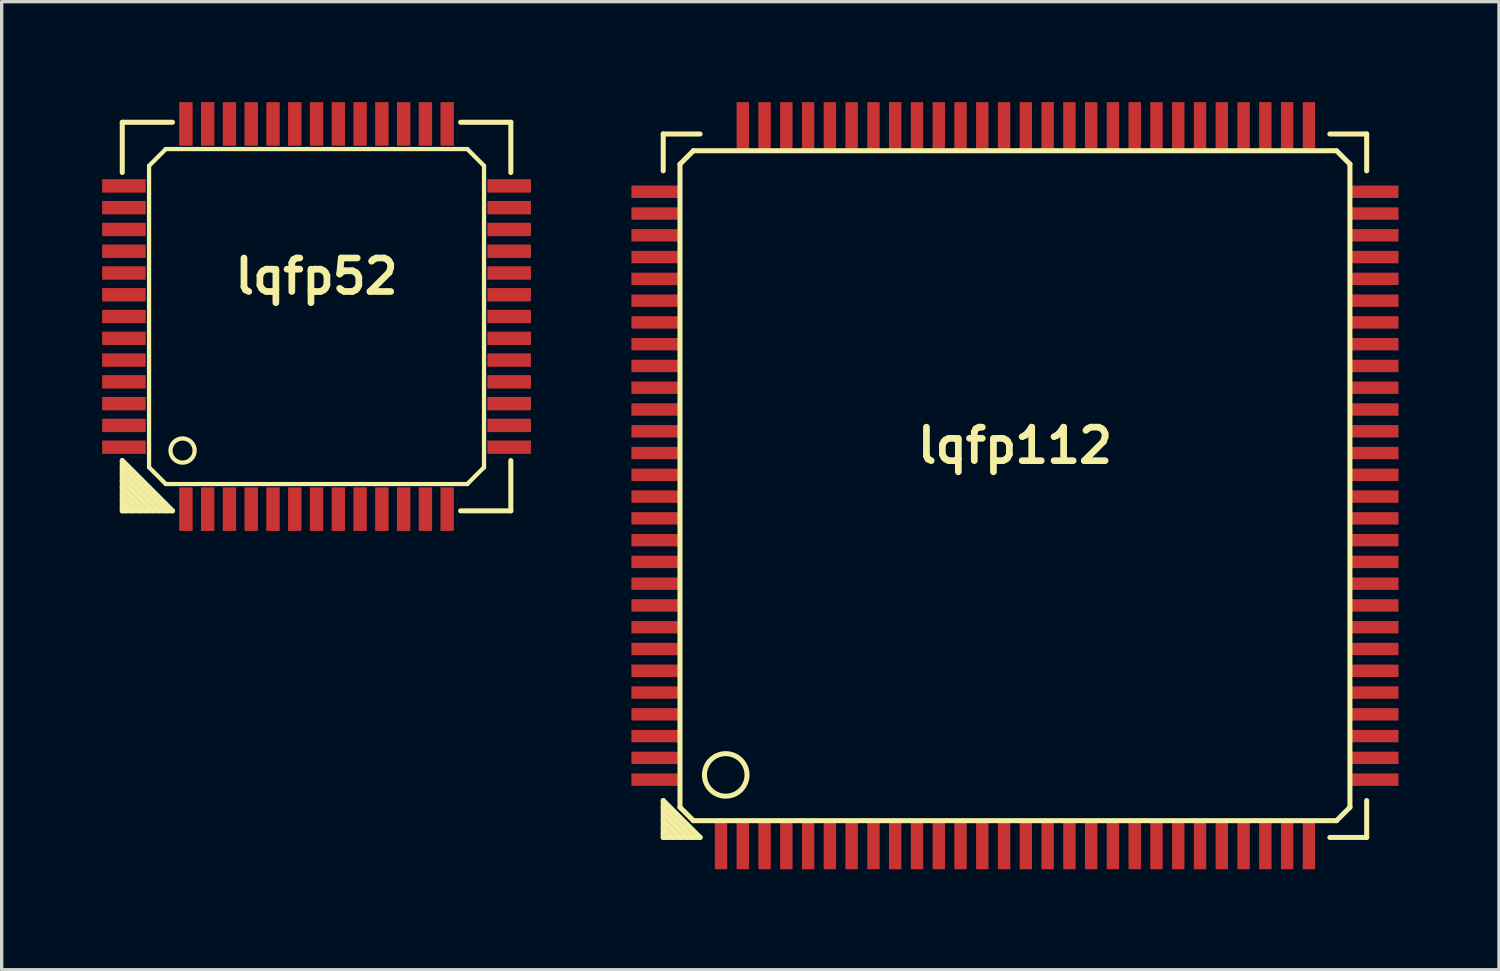
<source format=kicad_pcb>
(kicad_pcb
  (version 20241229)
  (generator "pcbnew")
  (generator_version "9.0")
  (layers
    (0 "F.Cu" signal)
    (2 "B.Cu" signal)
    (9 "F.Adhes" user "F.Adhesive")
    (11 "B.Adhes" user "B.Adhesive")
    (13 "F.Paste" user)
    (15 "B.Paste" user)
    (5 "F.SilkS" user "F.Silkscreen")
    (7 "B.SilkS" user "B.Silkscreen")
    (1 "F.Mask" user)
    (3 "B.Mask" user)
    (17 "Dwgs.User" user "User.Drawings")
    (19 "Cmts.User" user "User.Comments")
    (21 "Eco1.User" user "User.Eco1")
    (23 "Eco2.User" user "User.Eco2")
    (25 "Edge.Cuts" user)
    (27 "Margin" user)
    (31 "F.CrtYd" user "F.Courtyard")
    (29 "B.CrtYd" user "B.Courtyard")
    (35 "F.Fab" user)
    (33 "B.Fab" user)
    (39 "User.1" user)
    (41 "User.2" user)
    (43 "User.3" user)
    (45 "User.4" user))
  (footprint "lqfp112"
    (layer "F.Cu")
    (at 27.25 11.45)
    (property "Reference" "lqfp112" (at 0 -1.2 0) (layer "F.SilkS") (effects (font (size 1 1) (thickness 0.2))))
    (attr through_hole)
    (fp_line (start -10.5 -10.5) (end -9.4 -10.5) (stroke (width 0.15) (type solid)) (layer "F.SilkS"))
    (fp_line (start -10.5 -9.4) (end -10.5 -10.5) (stroke (width 0.15) (type solid)) (layer "F.SilkS"))
    (fp_line (start -10.5 9.4) (end -10.5 10.5) (stroke (width 0.15) (type solid)) (layer "F.SilkS"))
    (fp_line (start -10.5 9.6) (end -9.6 10.5) (stroke (width 0.15) (type solid)) (layer "F.SilkS"))
    (fp_line (start -10.5 10) (end -10 10.5) (stroke (width 0.15) (type solid)) (layer "F.SilkS"))
    (fp_line (start -10.5 10.4) (end -10.4 10.5) (stroke (width 0.15) (type solid)) (layer "F.SilkS"))
    (fp_line (start -10.5 10.5) (end -9.4 10.5) (stroke (width 0.15) (type solid)) (layer "F.SilkS"))
    (fp_line (start -10.2 10.5) (end -10.5 10.2) (stroke (width 0.15) (type solid)) (layer "F.SilkS"))
    (fp_line (start -10 -9.6) (end -10 9.6) (stroke (width 0.15) (type solid)) (layer "F.SilkS"))
    (fp_line (start -10 9.6) (end -9.6 10) (stroke (width 0.15) (type solid)) (layer "F.SilkS"))
    (fp_line (start -9.8 10.5) (end -10.5 9.8) (stroke (width 0.15) (type solid)) (layer "F.SilkS"))
    (fp_line (start -9.6 -10) (end -10 -9.6) (stroke (width 0.15) (type solid)) (layer "F.SilkS"))
    (fp_line (start -9.6 10) (end 9.6 10) (stroke (width 0.15) (type solid)) (layer "F.SilkS"))
    (fp_line (start -9.4 10.5) (end -10.5 9.4) (stroke (width 0.15) (type solid)) (layer "F.SilkS"))
    (fp_line (start 9.4 10.5) (end 10.5 10.5) (stroke (width 0.15) (type solid)) (layer "F.SilkS"))
    (fp_line (start 9.6 -10) (end -9.6 -10) (stroke (width 0.15) (type solid)) (layer "F.SilkS"))
    (fp_line (start 9.6 10) (end 10 9.6) (stroke (width 0.15) (type solid)) (layer "F.SilkS"))
    (fp_line (start 10 -9.6) (end 9.6 -10) (stroke (width 0.15) (type solid)) (layer "F.SilkS"))
    (fp_line (start 10 9.6) (end 10 -9.6) (stroke (width 0.15) (type solid)) (layer "F.SilkS"))
    (fp_line (start 10.5 -10.5) (end 9.4 -10.5) (stroke (width 0.15) (type solid)) (layer "F.SilkS"))
    (fp_line (start 10.5 -10.5) (end 10.5 -9.4) (stroke (width 0.15) (type solid)) (layer "F.SilkS"))
    (fp_line (start 10.5 10.5) (end 10.5 9.4) (stroke (width 0.15) (type solid)) (layer "F.SilkS"))
    (fp_circle (center -8.634 8.634) (end -9.015 9.142) (stroke (width 0.15) (type solid)) (fill no) (layer "F.SilkS"))
    (pad "1" smd rect (at -8.775 10.7) (size 0.37 1.5) (layers "F.Cu" "F.Mask" "F.Paste"))
    (pad "2" smd rect (at -8.125 10.7) (size 0.37 1.5) (layers "F.Cu" "F.Mask" "F.Paste"))
    (pad "3" smd rect (at -7.475 10.7) (size 0.37 1.5) (layers "F.Cu" "F.Mask" "F.Paste"))
    (pad "4" smd rect (at -6.825 10.7) (size 0.37 1.5) (layers "F.Cu" "F.Mask" "F.Paste"))
    (pad "5" smd rect (at -6.175 10.7) (size 0.37 1.5) (layers "F.Cu" "F.Mask" "F.Paste"))
    (pad "6" smd rect (at -5.525 10.7) (size 0.37 1.5) (layers "F.Cu" "F.Mask" "F.Paste"))
    (pad "7" smd rect (at -4.875 10.7) (size 0.37 1.5) (layers "F.Cu" "F.Mask" "F.Paste"))
    (pad "8" smd rect (at -4.225 10.7) (size 0.37 1.5) (layers "F.Cu" "F.Mask" "F.Paste"))
    (pad "9" smd rect (at -3.575 10.7) (size 0.37 1.5) (layers "F.Cu" "F.Mask" "F.Paste"))
    (pad "10" smd rect (at -2.925 10.7) (size 0.37 1.5) (layers "F.Cu" "F.Mask" "F.Paste"))
    (pad "11" smd rect (at -2.275 10.7) (size 0.37 1.5) (layers "F.Cu" "F.Mask" "F.Paste"))
    (pad "12" smd rect (at -1.625 10.7) (size 0.37 1.5) (layers "F.Cu" "F.Mask" "F.Paste"))
    (pad "13" smd rect (at -0.975 10.7) (size 0.37 1.5) (layers "F.Cu" "F.Mask" "F.Paste"))
    (pad "14" smd rect (at -0.325 10.7) (size 0.37 1.5) (layers "F.Cu" "F.Mask" "F.Paste"))
    (pad "15" smd rect (at 0.325 10.7) (size 0.37 1.5) (layers "F.Cu" "F.Mask" "F.Paste"))
    (pad "16" smd rect (at 0.975 10.7) (size 0.37 1.5) (layers "F.Cu" "F.Mask" "F.Paste"))
    (pad "17" smd rect (at 1.625 10.7) (size 0.37 1.5) (layers "F.Cu" "F.Mask" "F.Paste"))
    (pad "18" smd rect (at 2.275 10.7) (size 0.37 1.5) (layers "F.Cu" "F.Mask" "F.Paste"))
    (pad "19" smd rect (at 2.925 10.7) (size 0.37 1.5) (layers "F.Cu" "F.Mask" "F.Paste"))
    (pad "20" smd rect (at 3.575 10.7) (size 0.37 1.5) (layers "F.Cu" "F.Mask" "F.Paste"))
    (pad "21" smd rect (at 4.225 10.7) (size 0.37 1.5) (layers "F.Cu" "F.Mask" "F.Paste"))
    (pad "22" smd rect (at 4.875 10.7) (size 0.37 1.5) (layers "F.Cu" "F.Mask" "F.Paste"))
    (pad "23" smd rect (at 5.525 10.7) (size 0.37 1.5) (layers "F.Cu" "F.Mask" "F.Paste"))
    (pad "24" smd rect (at 6.175 10.7) (size 0.37 1.5) (layers "F.Cu" "F.Mask" "F.Paste"))
    (pad "25" smd rect (at 6.825 10.7) (size 0.37 1.5) (layers "F.Cu" "F.Mask" "F.Paste"))
    (pad "26" smd rect (at 7.475 10.7) (size 0.37 1.5) (layers "F.Cu" "F.Mask" "F.Paste"))
    (pad "27" smd rect (at 8.125 10.7) (size 0.37 1.5) (layers "F.Cu" "F.Mask" "F.Paste"))
    (pad "28" smd rect (at 8.775 10.7) (size 0.37 1.5) (layers "F.Cu" "F.Mask" "F.Paste"))
    (pad "29" smd rect (at 10.7 8.775) (size 1.5 0.37) (layers "F.Cu" "F.Mask" "F.Paste"))
    (pad "30" smd rect (at 10.7 8.125) (size 1.5 0.37) (layers "F.Cu" "F.Mask" "F.Paste"))
    (pad "31" smd rect (at 10.7 7.475) (size 1.5 0.37) (layers "F.Cu" "F.Mask" "F.Paste"))
    (pad "32" smd rect (at 10.7 6.825) (size 1.5 0.37) (layers "F.Cu" "F.Mask" "F.Paste"))
    (pad "33" smd rect (at 10.7 6.175) (size 1.5 0.37) (layers "F.Cu" "F.Mask" "F.Paste"))
    (pad "34" smd rect (at 10.7 5.525) (size 1.5 0.37) (layers "F.Cu" "F.Mask" "F.Paste"))
    (pad "35" smd rect (at 10.7 4.875) (size 1.5 0.37) (layers "F.Cu" "F.Mask" "F.Paste"))
    (pad "36" smd rect (at 10.7 4.225) (size 1.5 0.37) (layers "F.Cu" "F.Mask" "F.Paste"))
    (pad "37" smd rect (at 10.7 3.575) (size 1.5 0.37) (layers "F.Cu" "F.Mask" "F.Paste"))
    (pad "38" smd rect (at 10.7 2.925) (size 1.5 0.37) (layers "F.Cu" "F.Mask" "F.Paste"))
    (pad "39" smd rect (at 10.7 2.275) (size 1.5 0.37) (layers "F.Cu" "F.Mask" "F.Paste"))
    (pad "40" smd rect (at 10.7 1.625) (size 1.5 0.37) (layers "F.Cu" "F.Mask" "F.Paste"))
    (pad "41" smd rect (at 10.7 0.975) (size 1.5 0.37) (layers "F.Cu" "F.Mask" "F.Paste"))
    (pad "42" smd rect (at 10.7 0.325) (size 1.5 0.37) (layers "F.Cu" "F.Mask" "F.Paste"))
    (pad "43" smd rect (at 10.7 -0.325) (size 1.5 0.37) (layers "F.Cu" "F.Mask" "F.Paste"))
    (pad "44" smd rect (at 10.7 -0.975) (size 1.5 0.37) (layers "F.Cu" "F.Mask" "F.Paste"))
    (pad "45" smd rect (at 10.7 -1.625) (size 1.5 0.37) (layers "F.Cu" "F.Mask" "F.Paste"))
    (pad "46" smd rect (at 10.7 -2.275) (size 1.5 0.37) (layers "F.Cu" "F.Mask" "F.Paste"))
    (pad "47" smd rect (at 10.7 -2.925) (size 1.5 0.37) (layers "F.Cu" "F.Mask" "F.Paste"))
    (pad "48" smd rect (at 10.7 -3.575) (size 1.5 0.37) (layers "F.Cu" "F.Mask" "F.Paste"))
    (pad "49" smd rect (at 10.7 -4.225) (size 1.5 0.37) (layers "F.Cu" "F.Mask" "F.Paste"))
    (pad "50" smd rect (at 10.7 -4.875) (size 1.5 0.37) (layers "F.Cu" "F.Mask" "F.Paste"))
    (pad "51" smd rect (at 10.7 -5.525) (size 1.5 0.37) (layers "F.Cu" "F.Mask" "F.Paste"))
    (pad "52" smd rect (at 10.7 -6.175) (size 1.5 0.37) (layers "F.Cu" "F.Mask" "F.Paste"))
    (pad "53" smd rect (at 10.7 -6.825) (size 1.5 0.37) (layers "F.Cu" "F.Mask" "F.Paste"))
    (pad "54" smd rect (at 10.7 -7.475) (size 1.5 0.37) (layers "F.Cu" "F.Mask" "F.Paste"))
    (pad "55" smd rect (at 10.7 -8.125) (size 1.5 0.37) (layers "F.Cu" "F.Mask" "F.Paste"))
    (pad "56" smd rect (at 10.7 -8.775) (size 1.5 0.37) (layers "F.Cu" "F.Mask" "F.Paste"))
    (pad "57" smd rect (at 8.775 -10.7) (size 0.37 1.5) (layers "F.Cu" "F.Mask" "F.Paste"))
    (pad "58" smd rect (at 8.125 -10.7) (size 0.37 1.5) (layers "F.Cu" "F.Mask" "F.Paste"))
    (pad "59" smd rect (at 7.475 -10.7) (size 0.37 1.5) (layers "F.Cu" "F.Mask" "F.Paste"))
    (pad "60" smd rect (at 6.825 -10.7) (size 0.37 1.5) (layers "F.Cu" "F.Mask" "F.Paste"))
    (pad "61" smd rect (at 6.175 -10.7) (size 0.37 1.5) (layers "F.Cu" "F.Mask" "F.Paste"))
    (pad "62" smd rect (at 5.525 -10.7) (size 0.37 1.5) (layers "F.Cu" "F.Mask" "F.Paste"))
    (pad "63" smd rect (at 4.875 -10.7) (size 0.37 1.5) (layers "F.Cu" "F.Mask" "F.Paste"))
    (pad "64" smd rect (at 4.225 -10.7) (size 0.37 1.5) (layers "F.Cu" "F.Mask" "F.Paste"))
    (pad "65" smd rect (at 3.575 -10.7) (size 0.37 1.5) (layers "F.Cu" "F.Mask" "F.Paste"))
    (pad "66" smd rect (at 2.925 -10.7) (size 0.37 1.5) (layers "F.Cu" "F.Mask" "F.Paste"))
    (pad "67" smd rect (at 2.275 -10.7) (size 0.37 1.5) (layers "F.Cu" "F.Mask" "F.Paste"))
    (pad "68" smd rect (at 1.625 -10.7) (size 0.37 1.5) (layers "F.Cu" "F.Mask" "F.Paste"))
    (pad "69" smd rect (at 0.975 -10.7) (size 0.37 1.5) (layers "F.Cu" "F.Mask" "F.Paste"))
    (pad "70" smd rect (at 0.325 -10.7) (size 0.37 1.5) (layers "F.Cu" "F.Mask" "F.Paste"))
    (pad "71" smd rect (at -0.325 -10.7) (size 0.37 1.5) (layers "F.Cu" "F.Mask" "F.Paste"))
    (pad "72" smd rect (at -0.975 -10.7) (size 0.37 1.5) (layers "F.Cu" "F.Mask" "F.Paste"))
    (pad "73" smd rect (at -1.625 -10.7) (size 0.37 1.5) (layers "F.Cu" "F.Mask" "F.Paste"))
    (pad "74" smd rect (at -2.275 -10.7) (size 0.37 1.5) (layers "F.Cu" "F.Mask" "F.Paste"))
    (pad "75" smd rect (at -2.925 -10.7) (size 0.37 1.5) (layers "F.Cu" "F.Mask" "F.Paste"))
    (pad "76" smd rect (at -3.575 -10.7) (size 0.37 1.5) (layers "F.Cu" "F.Mask" "F.Paste"))
    (pad "77" smd rect (at -4.225 -10.7) (size 0.37 1.5) (layers "F.Cu" "F.Mask" "F.Paste"))
    (pad "78" smd rect (at -4.875 -10.7) (size 0.37 1.5) (layers "F.Cu" "F.Mask" "F.Paste"))
    (pad "79" smd rect (at -5.525 -10.7) (size 0.37 1.5) (layers "F.Cu" "F.Mask" "F.Paste"))
    (pad "80" smd rect (at -6.175 -10.7) (size 0.37 1.5) (layers "F.Cu" "F.Mask" "F.Paste"))
    (pad "81" smd rect (at -6.825 -10.7) (size 0.37 1.5) (layers "F.Cu" "F.Mask" "F.Paste"))
    (pad "82" smd rect (at -7.475 -10.7) (size 0.37 1.5) (layers "F.Cu" "F.Mask" "F.Paste"))
    (pad "83" smd rect (at -8.125 -10.7) (size 0.37 1.5) (layers "F.Cu" "F.Mask" "F.Paste"))
    (pad "85" smd rect (at -10.7 -8.775) (size 1.5 0.37) (layers "F.Cu" "F.Mask" "F.Paste"))
    (pad "86" smd rect (at -10.7 -8.125) (size 1.5 0.37) (layers "F.Cu" "F.Mask" "F.Paste"))
    (pad "87" smd rect (at -10.7 -7.475) (size 1.5 0.37) (layers "F.Cu" "F.Mask" "F.Paste"))
    (pad "88" smd rect (at -10.7 -6.825) (size 1.5 0.37) (layers "F.Cu" "F.Mask" "F.Paste"))
    (pad "89" smd rect (at -10.7 -6.175) (size 1.5 0.37) (layers "F.Cu" "F.Mask" "F.Paste"))
    (pad "90" smd rect (at -10.7 -5.525) (size 1.5 0.37) (layers "F.Cu" "F.Mask" "F.Paste"))
    (pad "91" smd rect (at -10.7 -4.875) (size 1.5 0.37) (layers "F.Cu" "F.Mask" "F.Paste"))
    (pad "92" smd rect (at -10.7 -4.225) (size 1.5 0.37) (layers "F.Cu" "F.Mask" "F.Paste"))
    (pad "93" smd rect (at -10.7 -3.575) (size 1.5 0.37) (layers "F.Cu" "F.Mask" "F.Paste"))
    (pad "94" smd rect (at -10.7 -2.925) (size 1.5 0.37) (layers "F.Cu" "F.Mask" "F.Paste"))
    (pad "95" smd rect (at -10.7 -2.275) (size 1.5 0.37) (layers "F.Cu" "F.Mask" "F.Paste"))
    (pad "96" smd rect (at -10.7 -1.625) (size 1.5 0.37) (layers "F.Cu" "F.Mask" "F.Paste"))
    (pad "97" smd rect (at -10.7 -0.975) (size 1.5 0.37) (layers "F.Cu" "F.Mask" "F.Paste"))
    (pad "98" smd rect (at -10.7 -0.325) (size 1.5 0.37) (layers "F.Cu" "F.Mask" "F.Paste"))
    (pad "99" smd rect (at -10.7 0.325) (size 1.5 0.37) (layers "F.Cu" "F.Mask" "F.Paste"))
    (pad "100" smd rect (at -10.7 0.975) (size 1.5 0.37) (layers "F.Cu" "F.Mask" "F.Paste"))
    (pad "101" smd rect (at -10.7 1.625) (size 1.5 0.37) (layers "F.Cu" "F.Mask" "F.Paste"))
    (pad "102" smd rect (at -10.7 2.275) (size 1.5 0.37) (layers "F.Cu" "F.Mask" "F.Paste"))
    (pad "103" smd rect (at -10.7 2.925) (size 1.5 0.37) (layers "F.Cu" "F.Mask" "F.Paste"))
    (pad "104" smd rect (at -10.7 3.575) (size 1.5 0.37) (layers "F.Cu" "F.Mask" "F.Paste"))
    (pad "105" smd rect (at -10.7 4.225) (size 1.5 0.37) (layers "F.Cu" "F.Mask" "F.Paste"))
    (pad "106" smd rect (at -10.7 4.875) (size 1.5 0.37) (layers "F.Cu" "F.Mask" "F.Paste"))
    (pad "107" smd rect (at -10.7 5.525) (size 1.5 0.37) (layers "F.Cu" "F.Mask" "F.Paste"))
    (pad "108" smd rect (at -10.7 6.175) (size 1.5 0.37) (layers "F.Cu" "F.Mask" "F.Paste"))
    (pad "109" smd rect (at -10.7 6.825) (size 1.5 0.37) (layers "F.Cu" "F.Mask" "F.Paste"))
    (pad "110" smd rect (at -10.7 7.475) (size 1.5 0.37) (layers "F.Cu" "F.Mask" "F.Paste"))
    (pad "111" smd rect (at -10.7 8.125) (size 1.5 0.37) (layers "F.Cu" "F.Mask" "F.Paste"))
    (pad "112" smd rect (at -10.7 8.775) (size 1.5 0.37) (layers "F.Cu" "F.Mask" "F.Paste")))
  (footprint "lqfp52"
    (layer "F.Cu")
    (at 6.4 6.4)
    (property "Reference" "lqfp52" (at 0 -1.2 0) (layer "F.SilkS") (effects (font (size 1 1) (thickness 0.2))))
    (attr through_hole)
    (fp_line (start -5.8 -5.8) (end -4.3 -5.8) (stroke (width 0.15) (type solid)) (layer "F.SilkS"))
    (fp_line (start -5.8 -4.3) (end -5.8 -5.8) (stroke (width 0.15) (type solid)) (layer "F.SilkS"))
    (fp_line (start -5.8 4.3) (end -4.3 5.8) (stroke (width 0.15) (type solid)) (layer "F.SilkS"))
    (fp_line (start -5.8 4.7) (end -4.7 5.8) (stroke (width 0.15) (type solid)) (layer "F.SilkS"))
    (fp_line (start -5.8 5.1) (end -5.1 5.8) (stroke (width 0.15) (type solid)) (layer "F.SilkS"))
    (fp_line (start -5.8 5.5) (end -5.5 5.8) (stroke (width 0.15) (type solid)) (layer "F.SilkS"))
    (fp_line (start -5.8 5.8) (end -5.8 4.3) (stroke (width 0.15) (type solid)) (layer "F.SilkS"))
    (fp_line (start -5.7 5.8) (end -5.8 5.7) (stroke (width 0.15) (type solid)) (layer "F.SilkS"))
    (fp_line (start -5.3 5.8) (end -5.8 5.3) (stroke (width 0.15) (type solid)) (layer "F.SilkS"))
    (fp_line (start -5 -4.5) (end -4.5 -5) (stroke (width 0.127) (type solid)) (layer "F.SilkS"))
    (fp_line (start -5 4.5) (end -5 -4.5) (stroke (width 0.127) (type solid)) (layer "F.SilkS"))
    (fp_line (start -4.9 5.8) (end -5.8 4.9) (stroke (width 0.15) (type solid)) (layer "F.SilkS"))
    (fp_line (start -4.5 -5) (end 4.5 -5) (stroke (width 0.127) (type solid)) (layer "F.SilkS"))
    (fp_line (start -4.5 5) (end -5 4.5) (stroke (width 0.127) (type solid)) (layer "F.SilkS"))
    (fp_line (start -4.5 5.8) (end -5.8 4.5) (stroke (width 0.15) (type solid)) (layer "F.SilkS"))
    (fp_line (start -4.3 5.8) (end -5.8 5.8) (stroke (width 0.15) (type solid)) (layer "F.SilkS"))
    (fp_line (start 4.3 -5.8) (end 5.8 -5.8) (stroke (width 0.15) (type solid)) (layer "F.SilkS"))
    (fp_line (start 4.5 -5) (end 5 -4.5) (stroke (width 0.127) (type solid)) (layer "F.SilkS"))
    (fp_line (start 4.5 5) (end -4.5 5) (stroke (width 0.127) (type solid)) (layer "F.SilkS"))
    (fp_line (start 5 4.5) (end 4.5 5) (stroke (width 0.127) (type solid)) (layer "F.SilkS"))
    (fp_line (start 5 4.5) (end 5 -4.5) (stroke (width 0.127) (type solid)) (layer "F.SilkS"))
    (fp_line (start 5.8 -5.8) (end 5.8 -4.3) (stroke (width 0.15) (type solid)) (layer "F.SilkS"))
    (fp_line (start 5.8 4.3) (end 5.8 5.8) (stroke (width 0.15) (type solid)) (layer "F.SilkS"))
    (fp_line (start 5.8 5.8) (end 4.3 5.8) (stroke (width 0.15) (type solid)) (layer "F.SilkS"))
    (fp_circle (center -4 4) (end -4.2 4.3) (stroke (width 0.127) (type solid)) (fill no) (layer "F.SilkS"))
    (pad "1" smd rect (at -3.9 5.75) (size 0.4 1.3) (layers "F.Cu" "F.Mask" "F.Paste"))
    (pad "2" smd rect (at -3.25 5.75) (size 0.4 1.3) (layers "F.Cu" "F.Mask" "F.Paste"))
    (pad "3" smd rect (at -2.6 5.75) (size 0.4 1.3) (layers "F.Cu" "F.Mask" "F.Paste"))
    (pad "4" smd rect (at -1.95 5.75) (size 0.4 1.3) (layers "F.Cu" "F.Mask" "F.Paste"))
    (pad "5" smd rect (at -1.3 5.75) (size 0.4 1.3) (layers "F.Cu" "F.Mask" "F.Paste"))
    (pad "6" smd rect (at -0.65 5.75) (size 0.4 1.3) (layers "F.Cu" "F.Mask" "F.Paste"))
    (pad "7" smd rect (at 0 5.75) (size 0.4 1.3) (layers "F.Cu" "F.Mask" "F.Paste"))
    (pad "8" smd rect (at 0.65 5.75) (size 0.4 1.3) (layers "F.Cu" "F.Mask" "F.Paste"))
    (pad "9" smd rect (at 1.3 5.75) (size 0.4 1.3) (layers "F.Cu" "F.Mask" "F.Paste"))
    (pad "10" smd rect (at 1.95 5.75) (size 0.4 1.3) (layers "F.Cu" "F.Mask" "F.Paste"))
    (pad "11" smd rect (at 2.6 5.75) (size 0.4 1.3) (layers "F.Cu" "F.Mask" "F.Paste"))
    (pad "12" smd rect (at 3.25 5.75) (size 0.4 1.3) (layers "F.Cu" "F.Mask" "F.Paste"))
    (pad "13" smd rect (at 3.9 5.75) (size 0.4 1.3) (layers "F.Cu" "F.Mask" "F.Paste"))
    (pad "14" smd rect (at 5.75 3.9) (size 1.3 0.4) (layers "F.Cu" "F.Mask" "F.Paste"))
    (pad "15" smd rect (at 5.75 3.25) (size 1.3 0.4) (layers "F.Cu" "F.Mask" "F.Paste"))
    (pad "16" smd rect (at 5.75 2.6) (size 1.3 0.4) (layers "F.Cu" "F.Mask" "F.Paste"))
    (pad "17" smd rect (at 5.75 1.95) (size 1.3 0.4) (layers "F.Cu" "F.Mask" "F.Paste"))
    (pad "18" smd rect (at 5.75 1.3) (size 1.3 0.4) (layers "F.Cu" "F.Mask" "F.Paste"))
    (pad "19" smd rect (at 5.75 0.65) (size 1.3 0.4) (layers "F.Cu" "F.Mask" "F.Paste"))
    (pad "20" smd rect (at 5.75 0) (size 1.3 0.4) (layers "F.Cu" "F.Mask" "F.Paste"))
    (pad "21" smd rect (at 5.75 -0.65) (size 1.3 0.4) (layers "F.Cu" "F.Mask" "F.Paste"))
    (pad "22" smd rect (at 5.75 -1.3) (size 1.3 0.4) (layers "F.Cu" "F.Mask" "F.Paste"))
    (pad "23" smd rect (at 5.75 -1.95) (size 1.3 0.4) (layers "F.Cu" "F.Mask" "F.Paste"))
    (pad "24" smd rect (at 5.75 -2.6) (size 1.3 0.4) (layers "F.Cu" "F.Mask" "F.Paste"))
    (pad "25" smd rect (at 5.75 -3.25) (size 1.3 0.4) (layers "F.Cu" "F.Mask" "F.Paste"))
    (pad "26" smd rect (at 5.75 -3.9) (size 1.3 0.4) (layers "F.Cu" "F.Mask" "F.Paste"))
    (pad "27" smd rect (at 3.9 -5.75) (size 0.4 1.3) (layers "F.Cu" "F.Mask" "F.Paste"))
    (pad "28" smd rect (at 3.25 -5.75) (size 0.4 1.3) (layers "F.Cu" "F.Mask" "F.Paste"))
    (pad "29" smd rect (at 2.6 -5.75) (size 0.4 1.3) (layers "F.Cu" "F.Mask" "F.Paste"))
    (pad "30" smd rect (at 1.95 -5.75) (size 0.4 1.3) (layers "F.Cu" "F.Mask" "F.Paste"))
    (pad "31" smd rect (at 1.3 -5.75) (size 0.4 1.3) (layers "F.Cu" "F.Mask" "F.Paste"))
    (pad "32" smd rect (at 0.65 -5.75) (size 0.4 1.3) (layers "F.Cu" "F.Mask" "F.Paste"))
    (pad "33" smd rect (at 0 -5.75) (size 0.4 1.3) (layers "F.Cu" "F.Mask" "F.Paste"))
    (pad "34" smd rect (at -0.65 -5.75) (size 0.4 1.3) (layers "F.Cu" "F.Mask" "F.Paste"))
    (pad "35" smd rect (at -1.3 -5.75) (size 0.4 1.3) (layers "F.Cu" "F.Mask" "F.Paste"))
    (pad "36" smd rect (at -1.95 -5.75) (size 0.4 1.3) (layers "F.Cu" "F.Mask" "F.Paste"))
    (pad "37" smd rect (at -2.6 -5.75) (size 0.4 1.3) (layers "F.Cu" "F.Mask" "F.Paste"))
    (pad "38" smd rect (at -3.25 -5.75) (size 0.4 1.3) (layers "F.Cu" "F.Mask" "F.Paste"))
    (pad "39" smd rect (at -3.9 -5.75) (size 0.4 1.3) (layers "F.Cu" "F.Mask" "F.Paste"))
    (pad "40" smd rect (at -5.75 -3.9) (size 1.3 0.4) (layers "F.Cu" "F.Mask" "F.Paste"))
    (pad "41" smd rect (at -5.75 -3.25) (size 1.3 0.4) (layers "F.Cu" "F.Mask" "F.Paste"))
    (pad "42" smd rect (at -5.75 -2.6) (size 1.3 0.4) (layers "F.Cu" "F.Mask" "F.Paste"))
    (pad "43" smd rect (at -5.75 -1.95) (size 1.3 0.4) (layers "F.Cu" "F.Mask" "F.Paste"))
    (pad "44" smd rect (at -5.75 -1.3) (size 1.3 0.4) (layers "F.Cu" "F.Mask" "F.Paste"))
    (pad "45" smd rect (at -5.75 -0.65) (size 1.3 0.4) (layers "F.Cu" "F.Mask" "F.Paste"))
    (pad "46" smd rect (at -5.75 0) (size 1.3 0.4) (layers "F.Cu" "F.Mask" "F.Paste"))
    (pad "47" smd rect (at -5.75 0.65) (size 1.3 0.4) (layers "F.Cu" "F.Mask" "F.Paste"))
    (pad "48" smd rect (at -5.75 1.3) (size 1.3 0.4) (layers "F.Cu" "F.Mask" "F.Paste"))
    (pad "49" smd rect (at -5.75 1.95) (size 1.3 0.4) (layers "F.Cu" "F.Mask" "F.Paste"))
    (pad "50" smd rect (at -5.75 2.6) (size 1.3 0.4) (layers "F.Cu" "F.Mask" "F.Paste"))
    (pad "51" smd rect (at -5.75 3.25) (size 1.3 0.4) (layers "F.Cu" "F.Mask" "F.Paste"))
    (pad "52" smd rect (at -5.75 3.9) (size 1.3 0.4) (layers "F.Cu" "F.Mask" "F.Paste")))
  (gr_rect
    (start -3 -3)
    (end 41.7 25.9)
    (stroke (width 0.1) (type default))
    (fill no)
    (layer "Edge.Cuts")))
</source>
